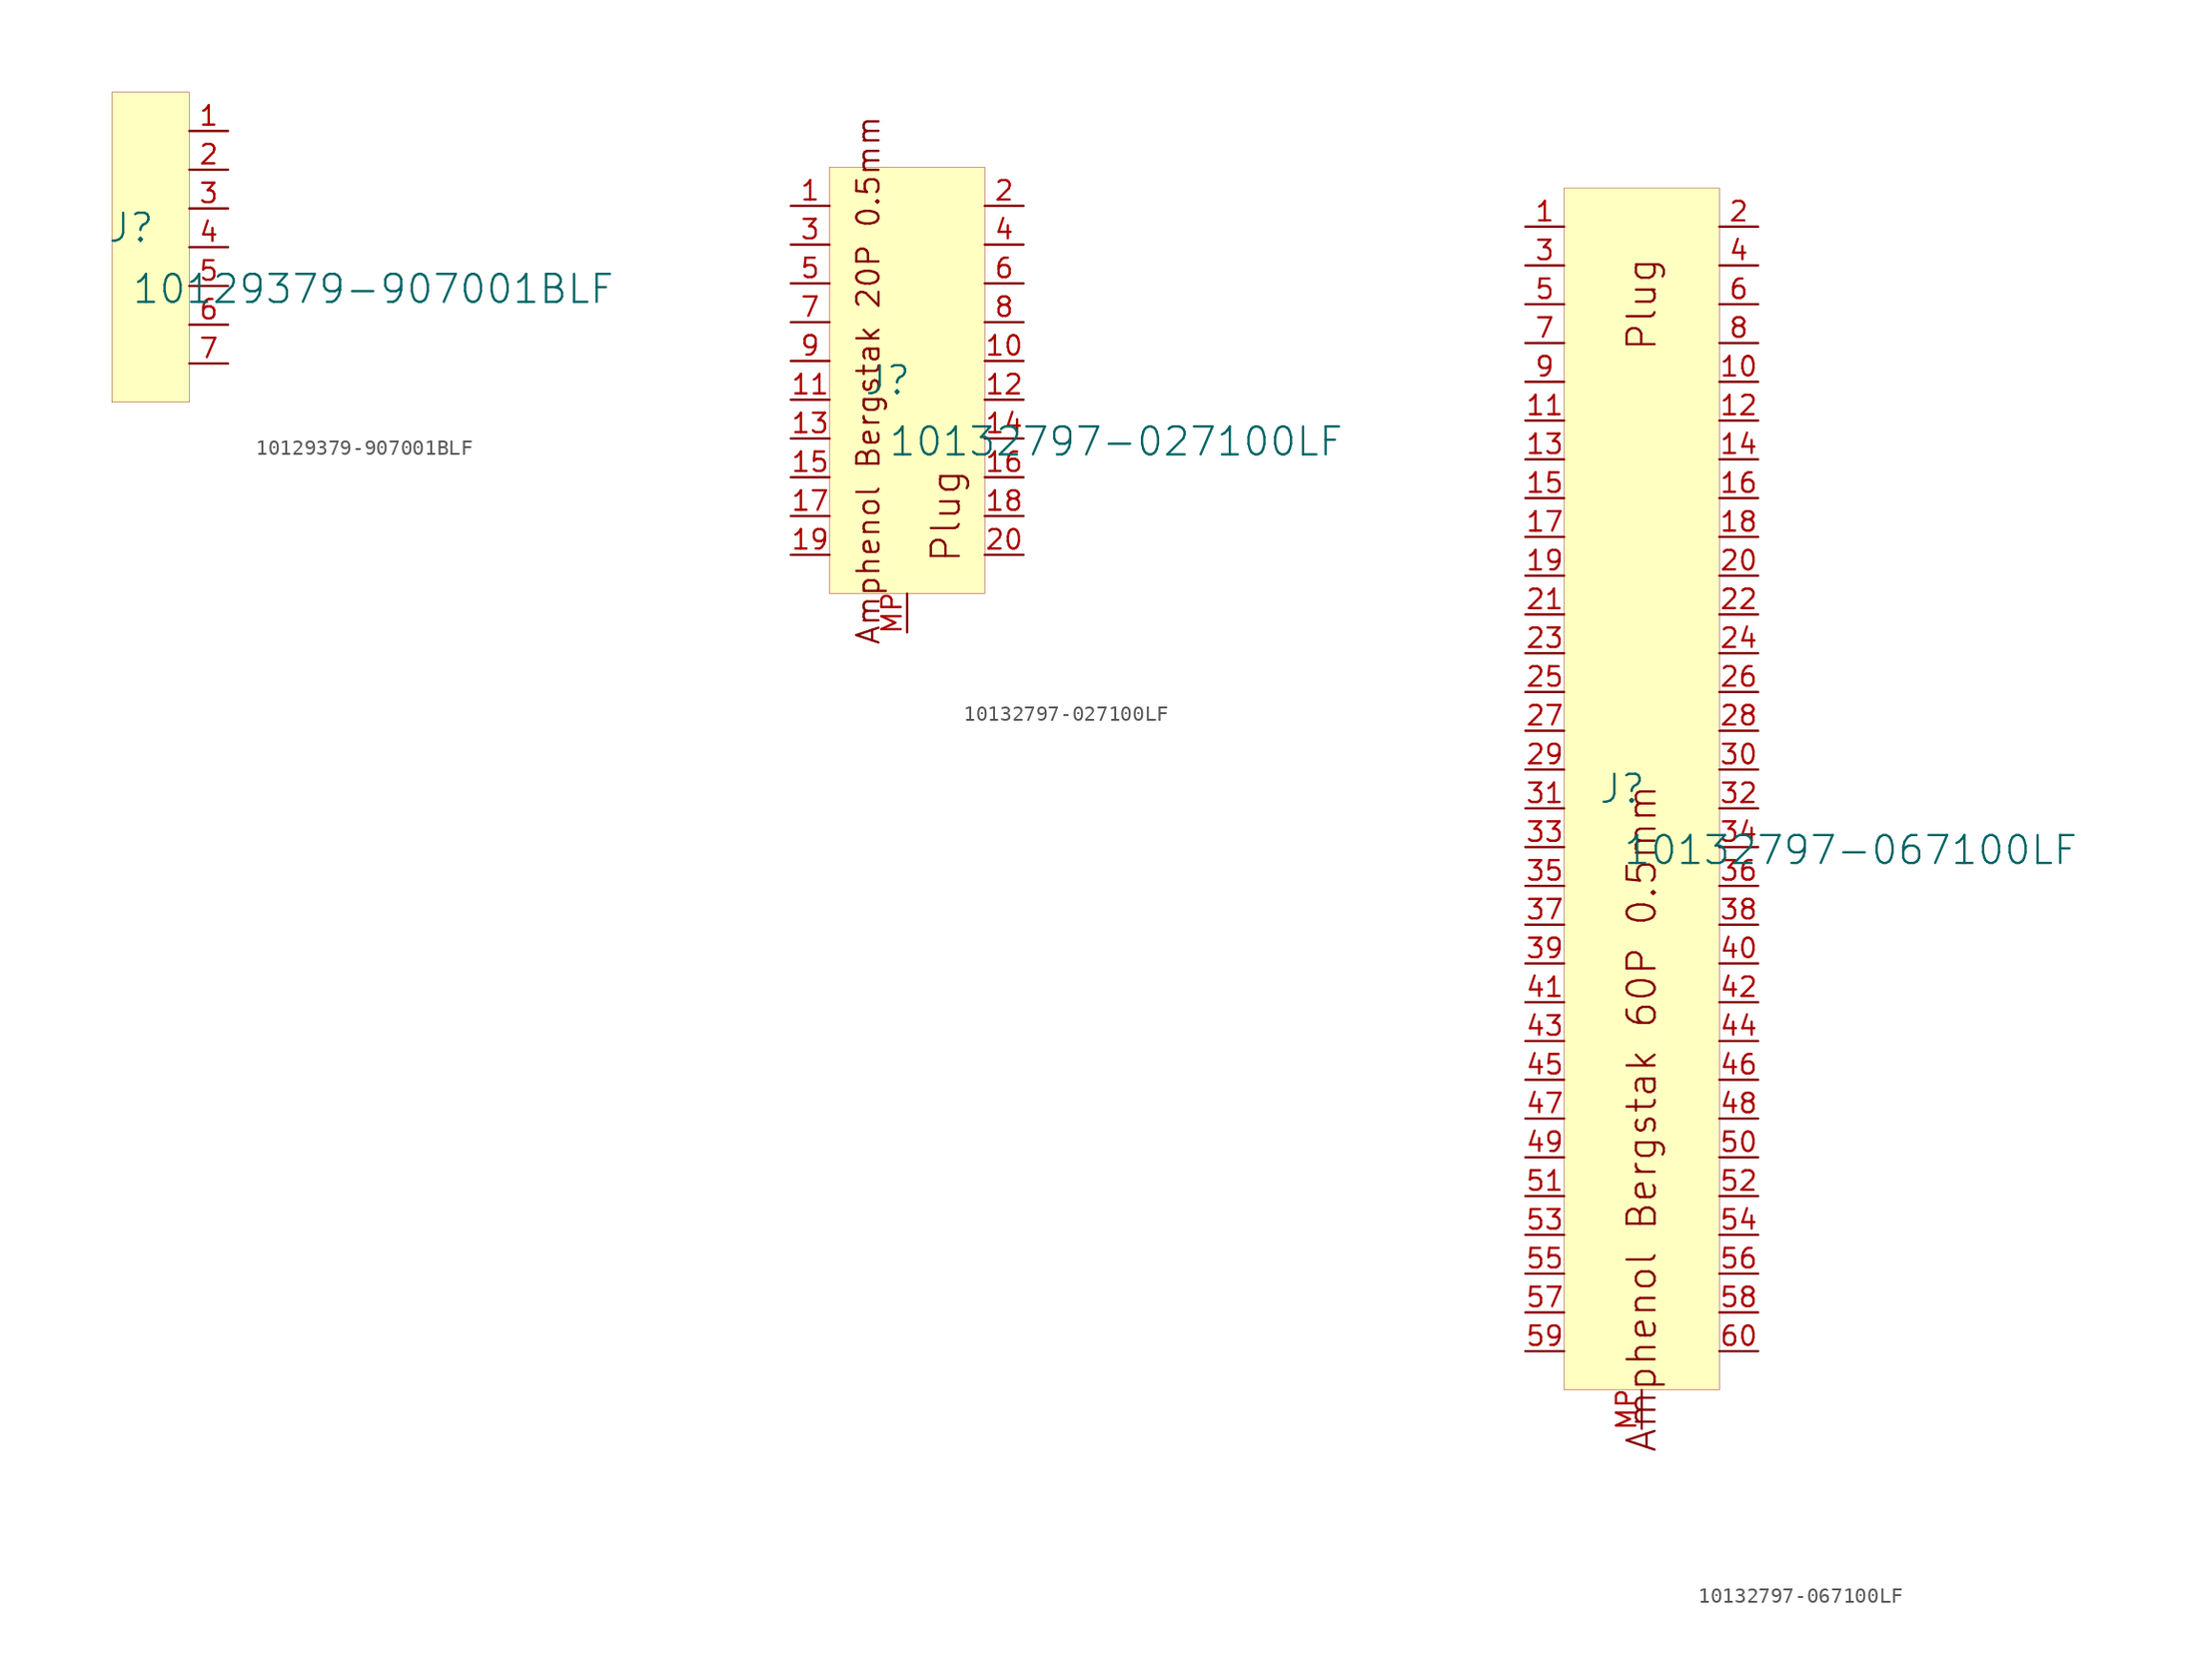
<source format=kicad_sym>
(kicad_symbol_lib
  (version 20231120)
  (generator "kicad_symbol_editor")
  (generator_version "8.0")
  (symbol "10129379-907001BLF"
    (property "Reference" "J"
      (at -1.27 1.27 0)
      (effects (font (size 1.829 1.829))))
    (property "Value" "10129379-907001BLF"
      (at -1.27 -3.81 0)
      (effects (font (size 1.829 1.829)) (justify left bottom)))
    (symbol "10129379-907001BLF_1_0"
      (rectangle (start 2.54 10.16) (end -2.54 -10.16) (stroke (width 0.025) (type solid) (color 128 0 0 1)) (fill (type background)))
      (pin passive line (at 5.08 7.62 180) (length 2.54) (name "1" (effects (font (size 0 0)))) (number "1" (effects (font (size 1.27 1.27)))))
      (pin passive line (at 5.08 5.08 180) (length 2.54) (name "2" (effects (font (size 0 0)))) (number "2" (effects (font (size 1.27 1.27)))))
      (pin passive line (at 5.08 2.54 180) (length 2.54) (name "3" (effects (font (size 0 0)))) (number "3" (effects (font (size 1.27 1.27)))))
      (pin passive line (at 5.08 0 180) (length 2.54) (name "4" (effects (font (size 0 0)))) (number "4" (effects (font (size 1.27 1.27)))))
      (pin passive line (at 5.08 -2.54 180) (length 2.54) (name "5" (effects (font (size 0 0)))) (number "5" (effects (font (size 1.27 1.27)))))
      (pin passive line (at 5.08 -5.08 180) (length 2.54) (name "6" (effects (font (size 0 0)))) (number "6" (effects (font (size 1.27 1.27)))))
      (pin passive line (at 5.08 -7.62 180) (length 2.54) (name "7" (effects (font (size 0 0)))) (number "7" (effects (font (size 1.27 1.27)))))))
  (symbol "10132797-027100LF"
    (property "Reference" "J"
      (at -1.27 1.27 0)
      (effects (font (size 1.829 1.829))))
    (property "Value" "10132797-027100LF"
      (at -1.27 -3.81 0)
      (effects (font (size 1.829 1.829)) (justify left bottom)))
    (symbol "10132797-027100LF_1_0"
      (rectangle (start 5.08 15.24) (end -5.08 -12.7) (stroke (width 0.025) (type solid) (color 128 0 0 1)) (fill (type background)))
      (text "Amphenol Bergstak 20P 0.5mm" (at -2.54 1.27 900) (effects (font (size 1.448 1.448))))
      (text "Plug" (at 2.54 -7.62 900) (effects (font (size 1.829 1.829))))
      (pin passive line (at -7.62 12.7 0) (length 2.54) (name "" (effects (font (size 1.27 1.27)))) (number "1" (effects (font (size 1.27 1.27)))))
      (pin passive line (at 7.62 2.54 180) (length 2.54) (name "" (effects (font (size 1.27 1.27)))) (number "10" (effects (font (size 1.27 1.27)))))
      (pin passive line (at -7.62 0 0) (length 2.54) (name "" (effects (font (size 1.27 1.27)))) (number "11" (effects (font (size 1.27 1.27)))))
      (pin passive line (at 7.62 0 180) (length 2.54) (name "" (effects (font (size 1.27 1.27)))) (number "12" (effects (font (size 1.27 1.27)))))
      (pin passive line (at -7.62 -2.54 0) (length 2.54) (name "" (effects (font (size 1.27 1.27)))) (number "13" (effects (font (size 1.27 1.27)))))
      (pin passive line (at 7.62 -2.54 180) (length 2.54) (name "" (effects (font (size 1.27 1.27)))) (number "14" (effects (font (size 1.27 1.27)))))
      (pin passive line (at -7.62 -5.08 0) (length 2.54) (name "" (effects (font (size 1.27 1.27)))) (number "15" (effects (font (size 1.27 1.27)))))
      (pin passive line (at 7.62 -5.08 180) (length 2.54) (name "" (effects (font (size 1.27 1.27)))) (number "16" (effects (font (size 1.27 1.27)))))
      (pin passive line (at -7.62 -7.62 0) (length 2.54) (name "" (effects (font (size 1.27 1.27)))) (number "17" (effects (font (size 1.27 1.27)))))
      (pin passive line (at 7.62 -7.62 180) (length 2.54) (name "" (effects (font (size 1.27 1.27)))) (number "18" (effects (font (size 1.27 1.27)))))
      (pin passive line (at -7.62 -10.16 0) (length 2.54) (name "" (effects (font (size 1.27 1.27)))) (number "19" (effects (font (size 1.27 1.27)))))
      (pin passive line (at 7.62 12.7 180) (length 2.54) (name "" (effects (font (size 1.27 1.27)))) (number "2" (effects (font (size 1.27 1.27)))))
      (pin passive line (at 7.62 -10.16 180) (length 2.54) (name "" (effects (font (size 1.27 1.27)))) (number "20" (effects (font (size 1.27 1.27)))))
      (pin passive line (at -7.62 10.16 0) (length 2.54) (name "" (effects (font (size 1.27 1.27)))) (number "3" (effects (font (size 1.27 1.27)))))
      (pin passive line (at 7.62 10.16 180) (length 2.54) (name "" (effects (font (size 1.27 1.27)))) (number "4" (effects (font (size 1.27 1.27)))))
      (pin passive line (at -7.62 7.62 0) (length 2.54) (name "" (effects (font (size 1.27 1.27)))) (number "5" (effects (font (size 1.27 1.27)))))
      (pin passive line (at 7.62 7.62 180) (length 2.54) (name "" (effects (font (size 1.27 1.27)))) (number "6" (effects (font (size 1.27 1.27)))))
      (pin passive line (at -7.62 5.08 0) (length 2.54) (name "" (effects (font (size 1.27 1.27)))) (number "7" (effects (font (size 1.27 1.27)))))
      (pin passive line (at 7.62 5.08 180) (length 2.54) (name "" (effects (font (size 1.27 1.27)))) (number "8" (effects (font (size 1.27 1.27)))))
      (pin passive line (at -7.62 2.54 0) (length 2.54) (name "" (effects (font (size 1.27 1.27)))) (number "9" (effects (font (size 1.27 1.27)))))
      (pin passive line (at 0 -15.24 90) (length 2.54) (name "" (effects (font (size 1.27 1.27)))) (number "MP" (effects (font (size 1.27 1.27)))))))
  (symbol "10132797-067100LF"
    (property "Reference" "J"
      (at -1.27 1.27 0)
      (effects (font (size 1.829 1.829))))
    (property "Value" "10132797-067100LF"
      (at -1.27 -3.81 0)
      (effects (font (size 1.829 1.829)) (justify left bottom)))
    (symbol "10132797-067100LF_1_0"
      (rectangle (start 5.08 40.64) (end -5.08 -38.1) (stroke (width 0.025) (type solid) (color 128 0 0 1)) (fill (type background)))
      (text "Amphenol Bergstak 60P 0.5mm" (at 0 -20.32 900) (effects (font (size 1.829 1.829))))
      (text "Plug" (at 0 33.02 900) (effects (font (size 1.829 1.829))))
      (pin passive line (at -7.62 38.1 0) (length 2.54) (name "" (effects (font (size 1.27 1.27)))) (number "1" (effects (font (size 1.27 1.27)))))
      (pin passive line (at 7.62 27.94 180) (length 2.54) (name "" (effects (font (size 1.27 1.27)))) (number "10" (effects (font (size 1.27 1.27)))))
      (pin passive line (at -7.62 25.4 0) (length 2.54) (name "" (effects (font (size 1.27 1.27)))) (number "11" (effects (font (size 1.27 1.27)))))
      (pin passive line (at 7.62 25.4 180) (length 2.54) (name "" (effects (font (size 1.27 1.27)))) (number "12" (effects (font (size 1.27 1.27)))))
      (pin passive line (at -7.62 22.86 0) (length 2.54) (name "" (effects (font (size 1.27 1.27)))) (number "13" (effects (font (size 1.27 1.27)))))
      (pin passive line (at 7.62 22.86 180) (length 2.54) (name "" (effects (font (size 1.27 1.27)))) (number "14" (effects (font (size 1.27 1.27)))))
      (pin passive line (at -7.62 20.32 0) (length 2.54) (name "" (effects (font (size 1.27 1.27)))) (number "15" (effects (font (size 1.27 1.27)))))
      (pin passive line (at 7.62 20.32 180) (length 2.54) (name "" (effects (font (size 1.27 1.27)))) (number "16" (effects (font (size 1.27 1.27)))))
      (pin passive line (at -7.62 17.78 0) (length 2.54) (name "" (effects (font (size 1.27 1.27)))) (number "17" (effects (font (size 1.27 1.27)))))
      (pin passive line (at 7.62 17.78 180) (length 2.54) (name "" (effects (font (size 1.27 1.27)))) (number "18" (effects (font (size 1.27 1.27)))))
      (pin passive line (at -7.62 15.24 0) (length 2.54) (name "" (effects (font (size 1.27 1.27)))) (number "19" (effects (font (size 1.27 1.27)))))
      (pin passive line (at 7.62 38.1 180) (length 2.54) (name "" (effects (font (size 1.27 1.27)))) (number "2" (effects (font (size 1.27 1.27)))))
      (pin passive line (at 7.62 15.24 180) (length 2.54) (name "" (effects (font (size 1.27 1.27)))) (number "20" (effects (font (size 1.27 1.27)))))
      (pin passive line (at -7.62 12.7 0) (length 2.54) (name "" (effects (font (size 1.27 1.27)))) (number "21" (effects (font (size 1.27 1.27)))))
      (pin passive line (at 7.62 12.7 180) (length 2.54) (name "" (effects (font (size 1.27 1.27)))) (number "22" (effects (font (size 1.27 1.27)))))
      (pin passive line (at -7.62 10.16 0) (length 2.54) (name "" (effects (font (size 1.27 1.27)))) (number "23" (effects (font (size 1.27 1.27)))))
      (pin passive line (at 7.62 10.16 180) (length 2.54) (name "" (effects (font (size 1.27 1.27)))) (number "24" (effects (font (size 1.27 1.27)))))
      (pin passive line (at -7.62 7.62 0) (length 2.54) (name "" (effects (font (size 1.27 1.27)))) (number "25" (effects (font (size 1.27 1.27)))))
      (pin passive line (at 7.62 7.62 180) (length 2.54) (name "" (effects (font (size 1.27 1.27)))) (number "26" (effects (font (size 1.27 1.27)))))
      (pin passive line (at -7.62 5.08 0) (length 2.54) (name "" (effects (font (size 1.27 1.27)))) (number "27" (effects (font (size 1.27 1.27)))))
      (pin passive line (at 7.62 5.08 180) (length 2.54) (name "" (effects (font (size 1.27 1.27)))) (number "28" (effects (font (size 1.27 1.27)))))
      (pin passive line (at -7.62 2.54 0) (length 2.54) (name "" (effects (font (size 1.27 1.27)))) (number "29" (effects (font (size 1.27 1.27)))))
      (pin passive line (at -7.62 35.56 0) (length 2.54) (name "" (effects (font (size 1.27 1.27)))) (number "3" (effects (font (size 1.27 1.27)))))
      (pin passive line (at 7.62 2.54 180) (length 2.54) (name "" (effects (font (size 1.27 1.27)))) (number "30" (effects (font (size 1.27 1.27)))))
      (pin passive line (at -7.62 0 0) (length 2.54) (name "" (effects (font (size 1.27 1.27)))) (number "31" (effects (font (size 1.27 1.27)))))
      (pin passive line (at 7.62 0 180) (length 2.54) (name "" (effects (font (size 1.27 1.27)))) (number "32" (effects (font (size 1.27 1.27)))))
      (pin passive line (at -7.62 -2.54 0) (length 2.54) (name "" (effects (font (size 1.27 1.27)))) (number "33" (effects (font (size 1.27 1.27)))))
      (pin passive line (at 7.62 -2.54 180) (length 2.54) (name "" (effects (font (size 1.27 1.27)))) (number "34" (effects (font (size 1.27 1.27)))))
      (pin passive line (at -7.62 -5.08 0) (length 2.54) (name "" (effects (font (size 1.27 1.27)))) (number "35" (effects (font (size 1.27 1.27)))))
      (pin passive line (at 7.62 -5.08 180) (length 2.54) (name "" (effects (font (size 1.27 1.27)))) (number "36" (effects (font (size 1.27 1.27)))))
      (pin passive line (at -7.62 -7.62 0) (length 2.54) (name "" (effects (font (size 1.27 1.27)))) (number "37" (effects (font (size 1.27 1.27)))))
      (pin passive line (at 7.62 -7.62 180) (length 2.54) (name "" (effects (font (size 1.27 1.27)))) (number "38" (effects (font (size 1.27 1.27)))))
      (pin passive line (at -7.62 -10.16 0) (length 2.54) (name "" (effects (font (size 1.27 1.27)))) (number "39" (effects (font (size 1.27 1.27)))))
      (pin passive line (at 7.62 35.56 180) (length 2.54) (name "" (effects (font (size 1.27 1.27)))) (number "4" (effects (font (size 1.27 1.27)))))
      (pin passive line (at 7.62 -10.16 180) (length 2.54) (name "" (effects (font (size 1.27 1.27)))) (number "40" (effects (font (size 1.27 1.27)))))
      (pin passive line (at -7.62 -12.7 0) (length 2.54) (name "" (effects (font (size 1.27 1.27)))) (number "41" (effects (font (size 1.27 1.27)))))
      (pin passive line (at 7.62 -12.7 180) (length 2.54) (name "" (effects (font (size 1.27 1.27)))) (number "42" (effects (font (size 1.27 1.27)))))
      (pin passive line (at -7.62 -15.24 0) (length 2.54) (name "" (effects (font (size 1.27 1.27)))) (number "43" (effects (font (size 1.27 1.27)))))
      (pin passive line (at 7.62 -15.24 180) (length 2.54) (name "" (effects (font (size 1.27 1.27)))) (number "44" (effects (font (size 1.27 1.27)))))
      (pin passive line (at -7.62 -17.78 0) (length 2.54) (name "" (effects (font (size 1.27 1.27)))) (number "45" (effects (font (size 1.27 1.27)))))
      (pin passive line (at 7.62 -17.78 180) (length 2.54) (name "" (effects (font (size 1.27 1.27)))) (number "46" (effects (font (size 1.27 1.27)))))
      (pin passive line (at -7.62 -20.32 0) (length 2.54) (name "" (effects (font (size 1.27 1.27)))) (number "47" (effects (font (size 1.27 1.27)))))
      (pin passive line (at 7.62 -20.32 180) (length 2.54) (name "" (effects (font (size 1.27 1.27)))) (number "48" (effects (font (size 1.27 1.27)))))
      (pin passive line (at -7.62 -22.86 0) (length 2.54) (name "" (effects (font (size 1.27 1.27)))) (number "49" (effects (font (size 1.27 1.27)))))
      (pin passive line (at -7.62 33.02 0) (length 2.54) (name "" (effects (font (size 1.27 1.27)))) (number "5" (effects (font (size 1.27 1.27)))))
      (pin passive line (at 7.62 -22.86 180) (length 2.54) (name "" (effects (font (size 1.27 1.27)))) (number "50" (effects (font (size 1.27 1.27)))))
      (pin passive line (at -7.62 -25.4 0) (length 2.54) (name "" (effects (font (size 1.27 1.27)))) (number "51" (effects (font (size 1.27 1.27)))))
      (pin passive line (at 7.62 -25.4 180) (length 2.54) (name "" (effects (font (size 1.27 1.27)))) (number "52" (effects (font (size 1.27 1.27)))))
      (pin passive line (at -7.62 -27.94 0) (length 2.54) (name "" (effects (font (size 1.27 1.27)))) (number "53" (effects (font (size 1.27 1.27)))))
      (pin passive line (at 7.62 -27.94 180) (length 2.54) (name "" (effects (font (size 1.27 1.27)))) (number "54" (effects (font (size 1.27 1.27)))))
      (pin passive line (at -7.62 -30.48 0) (length 2.54) (name "" (effects (font (size 1.27 1.27)))) (number "55" (effects (font (size 1.27 1.27)))))
      (pin passive line (at 7.62 -30.48 180) (length 2.54) (name "" (effects (font (size 1.27 1.27)))) (number "56" (effects (font (size 1.27 1.27)))))
      (pin passive line (at -7.62 -33.02 0) (length 2.54) (name "" (effects (font (size 1.27 1.27)))) (number "57" (effects (font (size 1.27 1.27)))))
      (pin passive line (at 7.62 -33.02 180) (length 2.54) (name "" (effects (font (size 1.27 1.27)))) (number "58" (effects (font (size 1.27 1.27)))))
      (pin passive line (at -7.62 -35.56 0) (length 2.54) (name "" (effects (font (size 1.27 1.27)))) (number "59" (effects (font (size 1.27 1.27)))))
      (pin passive line (at 7.62 33.02 180) (length 2.54) (name "" (effects (font (size 1.27 1.27)))) (number "6" (effects (font (size 1.27 1.27)))))
      (pin passive line (at 7.62 -35.56 180) (length 2.54) (name "" (effects (font (size 1.27 1.27)))) (number "60" (effects (font (size 1.27 1.27)))))
      (pin passive line (at -7.62 30.48 0) (length 2.54) (name "" (effects (font (size 1.27 1.27)))) (number "7" (effects (font (size 1.27 1.27)))))
      (pin passive line (at 7.62 30.48 180) (length 2.54) (name "" (effects (font (size 1.27 1.27)))) (number "8" (effects (font (size 1.27 1.27)))))
      (pin passive line (at -7.62 27.94 0) (length 2.54) (name "" (effects (font (size 1.27 1.27)))) (number "9" (effects (font (size 1.27 1.27)))))
      (pin passive line (at 0 -40.64 90) (length 2.54) (name "" (effects (font (size 0 0)))) (number "MP" (effects (font (size 1.27 1.27))))))))
</source>
